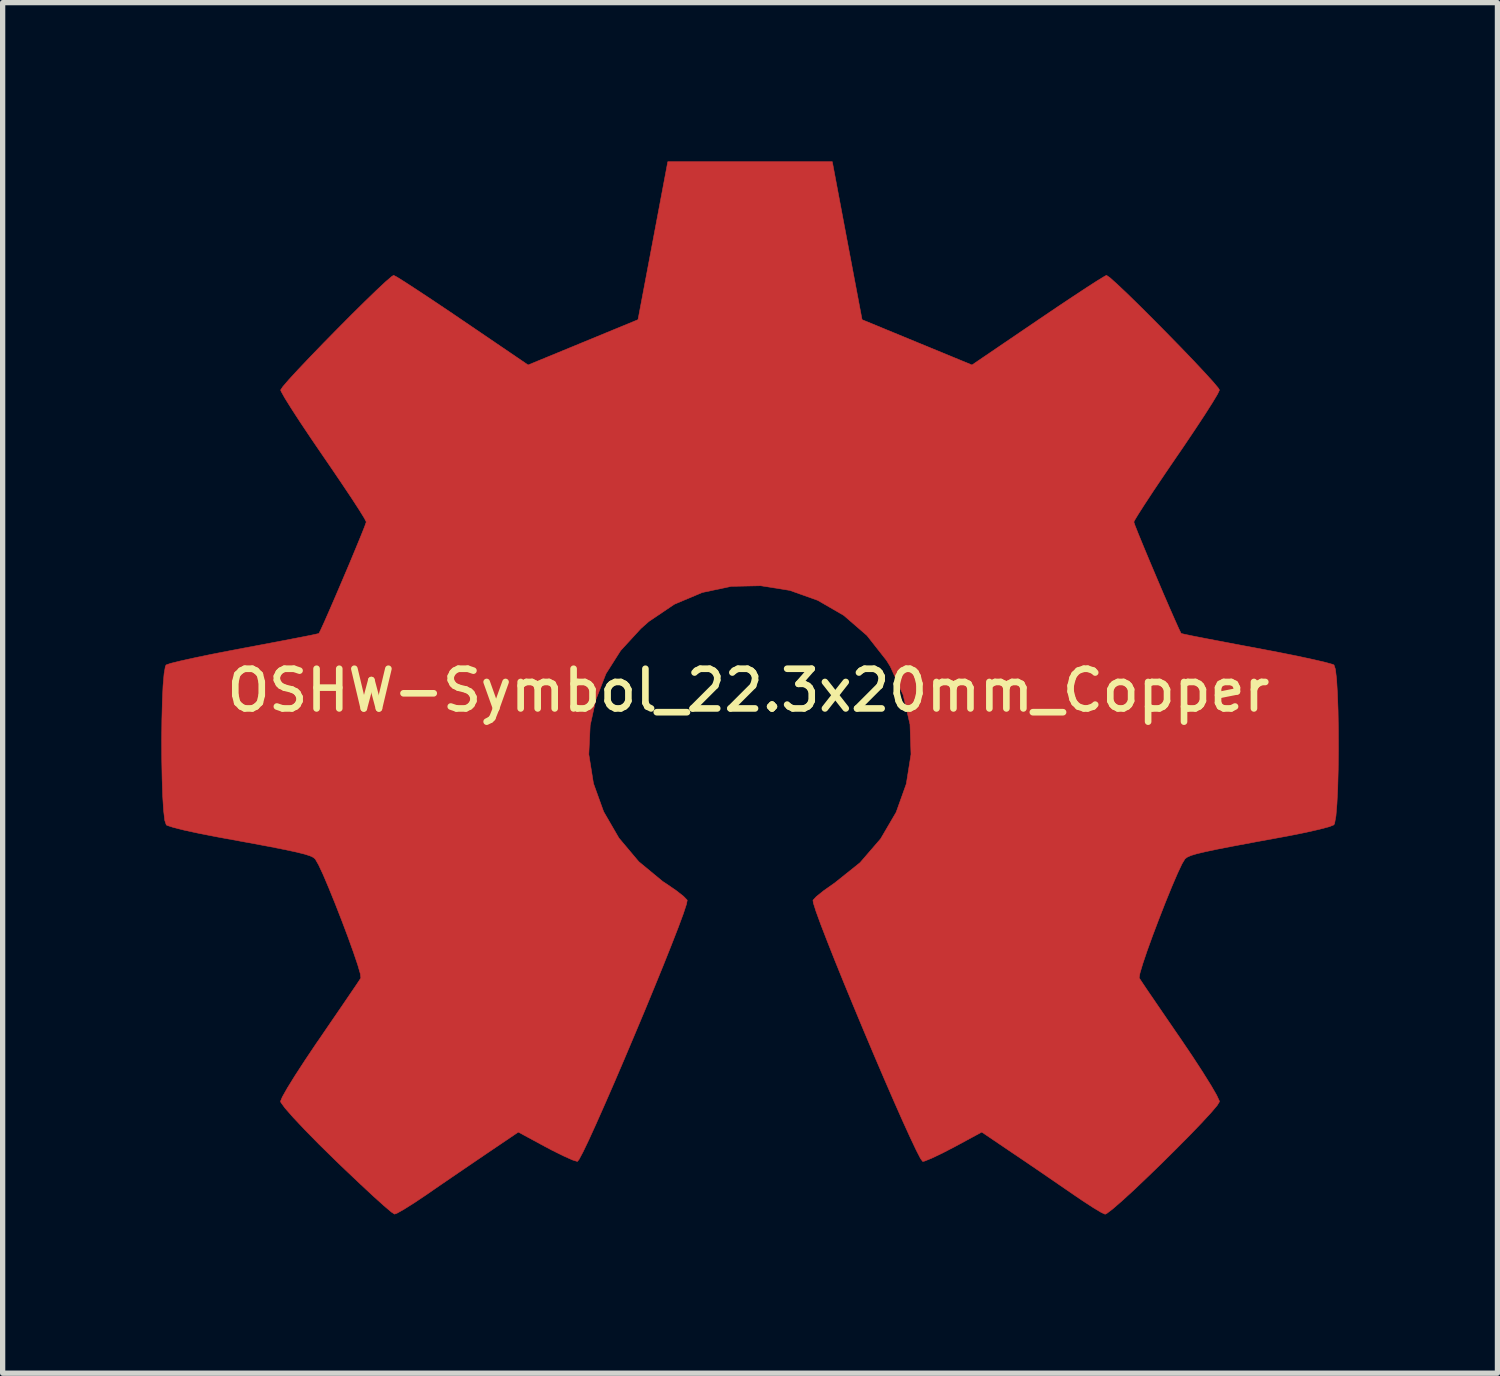
<source format=kicad_pcb>
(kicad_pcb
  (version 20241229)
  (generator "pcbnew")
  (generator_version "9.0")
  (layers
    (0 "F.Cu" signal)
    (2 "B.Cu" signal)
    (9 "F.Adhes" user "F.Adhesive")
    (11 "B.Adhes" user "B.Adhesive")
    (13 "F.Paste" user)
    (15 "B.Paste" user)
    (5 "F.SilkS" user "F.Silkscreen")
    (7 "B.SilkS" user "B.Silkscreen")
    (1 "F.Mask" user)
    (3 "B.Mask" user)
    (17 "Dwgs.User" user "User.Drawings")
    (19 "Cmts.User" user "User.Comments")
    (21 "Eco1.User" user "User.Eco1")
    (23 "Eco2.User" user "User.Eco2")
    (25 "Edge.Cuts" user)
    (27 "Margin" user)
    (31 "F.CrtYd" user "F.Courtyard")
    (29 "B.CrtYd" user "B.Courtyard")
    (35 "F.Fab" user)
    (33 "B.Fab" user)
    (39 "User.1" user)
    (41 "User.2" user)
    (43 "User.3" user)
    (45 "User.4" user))
  (footprint "OSHW-Symbol_22.3x20mm_Copper"
    (layer "F.Cu")
    (at 11.093 9.997)
    (property "Reference" "OSHW-Symbol_22.3x20mm_Copper" (at 0 0 0) (layer "F.SilkS") (effects (font (size 0.75 0.75) (thickness 0.125))))
    (attr exclude_from_pos_files exclude_from_bom allow_missing_courtyard)
    (fp_poly (pts (xy 1.866 -8.499) (xy 2.148 -7.006) (xy 3.186 -6.578) (xy 4.225 -6.15) (xy 5.471 -6.997) (xy 5.82 -7.233) (xy 6.135 -7.443) (xy 6.402 -7.619) (xy 6.606 -7.75) (xy 6.733 -7.827) (xy 6.767 -7.844) (xy 6.83 -7.801) (xy 6.962 -7.683) (xy 7.151 -7.505) (xy 7.38 -7.281) (xy 7.635 -7.027) (xy 7.901 -6.758) (xy 8.164 -6.489) (xy 8.408 -6.235) (xy 8.618 -6.011) (xy 8.78 -5.833) (xy 8.879 -5.715) (xy 8.902 -5.676) (xy 8.868 -5.603) (xy 8.773 -5.444) (xy 8.627 -5.214) (xy 8.439 -4.929) (xy 8.22 -4.603) (xy 8.093 -4.418) (xy 7.862 -4.079) (xy 7.656 -3.773) (xy 7.487 -3.516) (xy 7.363 -3.322) (xy 7.294 -3.207) (xy 7.284 -3.182) (xy 7.307 -3.114) (xy 7.371 -2.953) (xy 7.465 -2.724) (xy 7.58 -2.448) (xy 7.707 -2.148) (xy 7.835 -1.847) (xy 7.956 -1.567) (xy 8.06 -1.331) (xy 8.136 -1.161) (xy 8.176 -1.08) (xy 8.179 -1.076) (xy 8.242 -1.061) (xy 8.41 -1.026) (xy 8.666 -0.976) (xy 8.992 -0.914) (xy 9.371 -0.842) (xy 9.591 -0.801) (xy 9.996 -0.724) (xy 10.362 -0.651) (xy 10.669 -0.585) (xy 10.901 -0.531) (xy 11.038 -0.493) (xy 11.066 -0.481) (xy 11.093 -0.4) (xy 11.115 -0.215) (xy 11.131 0.051) (xy 11.143 0.376) (xy 11.149 0.74) (xy 11.15 1.12) (xy 11.146 1.495) (xy 11.137 1.843) (xy 11.122 2.143) (xy 11.103 2.373) (xy 11.078 2.512) (xy 11.064 2.541) (xy 10.976 2.576) (xy 10.79 2.625) (xy 10.531 2.684) (xy 10.222 2.746) (xy 10.114 2.766) (xy 9.595 2.861) (xy 9.185 2.938) (xy 8.87 2.999) (xy 8.638 3.048) (xy 8.473 3.087) (xy 8.364 3.12) (xy 8.296 3.15) (xy 8.256 3.179) (xy 8.25 3.185) (xy 8.194 3.278) (xy 8.108 3.461) (xy 8.001 3.71) (xy 7.882 4.002) (xy 7.759 4.317) (xy 7.64 4.631) (xy 7.535 4.921) (xy 7.452 5.167) (xy 7.399 5.345) (xy 7.385 5.432) (xy 7.386 5.435) (xy 7.433 5.507) (xy 7.539 5.665) (xy 7.694 5.892) (xy 7.886 6.173) (xy 8.104 6.491) (xy 8.166 6.581) (xy 8.387 6.908) (xy 8.581 7.206) (xy 8.739 7.459) (xy 8.849 7.649) (xy 8.9 7.759) (xy 8.902 7.772) (xy 8.859 7.843) (xy 8.74 7.983) (xy 8.56 8.178) (xy 8.335 8.412) (xy 8.079 8.67) (xy 7.809 8.938) (xy 7.539 9.199) (xy 7.286 9.44) (xy 7.063 9.644) (xy 6.887 9.797) (xy 6.773 9.884) (xy 6.741 9.899) (xy 6.667 9.865) (xy 6.517 9.775) (xy 6.314 9.643) (xy 6.158 9.537) (xy 5.874 9.342) (xy 5.539 9.112) (xy 5.203 8.883) (xy 5.022 8.761) (xy 4.41 8.347) (xy 3.896 8.625) (xy 3.662 8.746) (xy 3.463 8.841) (xy 3.329 8.895) (xy 3.294 8.902) (xy 3.253 8.847) (xy 3.172 8.69) (xy 3.057 8.447) (xy 2.913 8.131) (xy 2.748 7.758) (xy 2.567 7.341) (xy 2.376 6.895) (xy 2.182 6.435) (xy 1.99 5.974) (xy 1.806 5.528) (xy 1.637 5.111) (xy 1.489 4.737) (xy 1.367 4.421) (xy 1.278 4.177) (xy 1.228 4.019) (xy 1.22 3.965) (xy 1.284 3.896) (xy 1.424 3.784) (xy 1.611 3.652) (xy 1.626 3.642) (xy 2.11 3.255) (xy 2.499 2.804) (xy 2.792 2.303) (xy 2.984 1.766) (xy 3.073 1.208) (xy 3.054 0.643) (xy 2.925 0.086) (xy 2.683 -0.449) (xy 2.611 -0.566) (xy 2.24 -1.038) (xy 1.801 -1.418) (xy 1.31 -1.702) (xy 0.782 -1.89) (xy 0.232 -1.978) (xy -0.325 -1.966) (xy -0.872 -1.85) (xy -1.397 -1.629) (xy -1.882 -1.302) (xy -2.032 -1.169) (xy -2.414 -0.753) (xy -2.692 -0.315) (xy -2.883 0.176) (xy -2.99 0.662) (xy -3.016 1.208) (xy -2.928 1.758) (xy -2.736 2.291) (xy -2.447 2.79) (xy -2.072 3.236) (xy -1.618 3.611) (xy -1.558 3.65) (xy -1.369 3.779) (xy -1.226 3.891) (xy -1.157 3.963) (xy -1.156 3.965) (xy -1.171 4.042) (xy -1.229 4.218) (xy -1.325 4.477) (xy -1.453 4.806) (xy -1.606 5.19) (xy -1.779 5.614) (xy -1.964 6.063) (xy -2.158 6.525) (xy -2.352 6.984) (xy -2.541 7.425) (xy -2.72 7.835) (xy -2.881 8.198) (xy -3.019 8.501) (xy -3.128 8.728) (xy -3.202 8.866) (xy -3.232 8.902) (xy -3.323 8.874) (xy -3.493 8.798) (xy -3.713 8.689) (xy -3.834 8.625) (xy -4.348 8.347) (xy -4.96 8.761) (xy -5.272 8.973) (xy -5.614 9.206) (xy -5.935 9.426) (xy -6.095 9.537) (xy -6.321 9.688) (xy -6.512 9.808) (xy -6.644 9.882) (xy -6.687 9.897) (xy -6.749 9.856) (xy -6.887 9.739) (xy -7.087 9.559) (xy -7.335 9.328) (xy -7.619 9.059) (xy -7.799 8.886) (xy -8.114 8.577) (xy -8.385 8.301) (xy -8.603 8.069) (xy -8.757 7.893) (xy -8.835 7.786) (xy -8.842 7.764) (xy -8.807 7.681) (xy -8.712 7.513) (xy -8.566 7.277) (xy -8.38 6.991) (xy -8.165 6.67) (xy -8.103 6.581) (xy -7.881 6.256) (xy -7.681 5.964) (xy -7.515 5.72) (xy -7.394 5.542) (xy -7.33 5.445) (xy -7.324 5.435) (xy -7.333 5.358) (xy -7.382 5.189) (xy -7.463 4.95) (xy -7.566 4.663) (xy -7.684 4.35) (xy -7.807 4.035) (xy -7.927 3.739) (xy -8.035 3.484) (xy -8.124 3.294) (xy -8.184 3.19) (xy -8.188 3.185) (xy -8.224 3.155) (xy -8.286 3.126) (xy -8.387 3.094) (xy -8.539 3.056) (xy -8.758 3.009) (xy -9.056 2.95) (xy -9.447 2.877) (xy -9.944 2.786) (xy -10.052 2.766) (xy -10.371 2.704) (xy -10.65 2.644) (xy -10.862 2.591) (xy -10.985 2.551) (xy -11.001 2.541) (xy -11.029 2.458) (xy -11.051 2.273) (xy -11.068 2.006) (xy -11.079 1.68) (xy -11.086 1.316) (xy -11.088 0.936) (xy -11.084 0.561) (xy -11.075 0.213) (xy -11.062 -0.086) (xy -11.042 -0.315) (xy -11.018 -0.453) (xy -11.004 -0.481) (xy -10.922 -0.51) (xy -10.736 -0.556) (xy -10.465 -0.616) (xy -10.127 -0.686) (xy -9.74 -0.761) (xy -9.529 -0.801) (xy -9.129 -0.876) (xy -8.773 -0.944) (xy -8.477 -1.001) (xy -8.259 -1.044) (xy -8.137 -1.071) (xy -8.117 -1.076) (xy -8.083 -1.142) (xy -8.011 -1.3) (xy -7.911 -1.528) (xy -7.792 -1.803) (xy -7.664 -2.103) (xy -7.536 -2.404) (xy -7.419 -2.686) (xy -7.321 -2.924) (xy -7.252 -3.097) (xy -7.222 -3.182) (xy -7.222 -3.185) (xy -7.256 -3.252) (xy -7.351 -3.406) (xy -7.497 -3.631) (xy -7.685 -3.912) (xy -7.904 -4.235) (xy -8.031 -4.42) (xy -8.263 -4.76) (xy -8.469 -5.068) (xy -8.639 -5.33) (xy -8.763 -5.529) (xy -8.83 -5.65) (xy -8.84 -5.677) (xy -8.798 -5.74) (xy -8.682 -5.875) (xy -8.506 -6.066) (xy -8.285 -6.299) (xy -8.035 -6.558) (xy -7.77 -6.828) (xy -7.505 -7.095) (xy -7.255 -7.342) (xy -7.034 -7.556) (xy -6.859 -7.72) (xy -6.743 -7.82) (xy -6.704 -7.844) (xy -6.641 -7.811) (xy -6.489 -7.716) (xy -6.265 -7.57) (xy -5.982 -7.383) (xy -5.655 -7.164) (xy -5.409 -6.997) (xy -4.163 -6.15) (xy -3.124 -6.578) (xy -2.086 -7.006) (xy -1.804 -8.499) (xy -1.523 -9.992) (xy 1.585 -9.992) (xy 1.866 -8.499)) (stroke (width 0.01) (type solid)) (fill yes) (layer "F.Cu")))
  (gr_rect
    (start -3 -3)
    (end 25.248 22.9)
    (stroke (width 0.1) (type default))
    (fill no)
    (layer "Edge.Cuts")))
</source>
